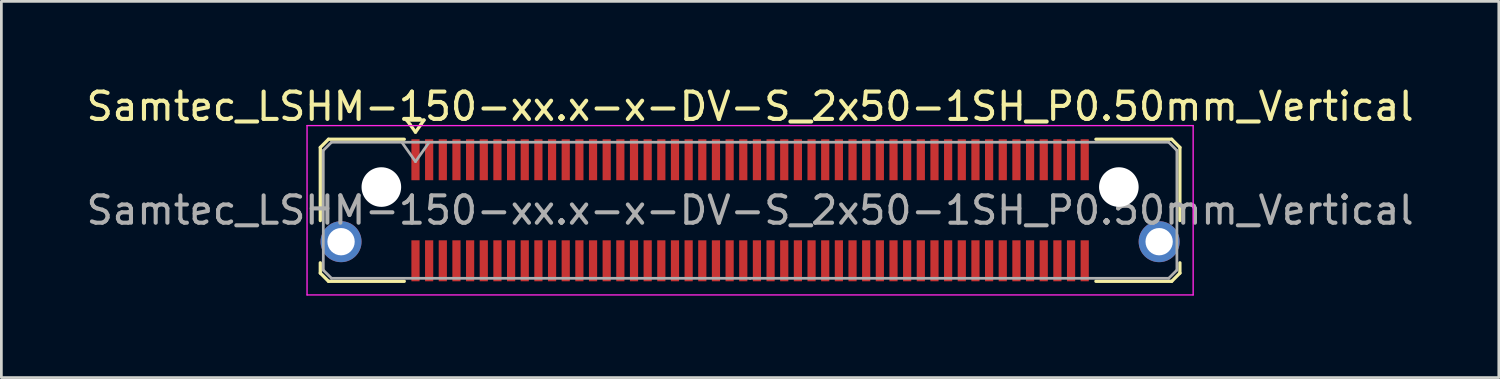
<source format=kicad_pcb>
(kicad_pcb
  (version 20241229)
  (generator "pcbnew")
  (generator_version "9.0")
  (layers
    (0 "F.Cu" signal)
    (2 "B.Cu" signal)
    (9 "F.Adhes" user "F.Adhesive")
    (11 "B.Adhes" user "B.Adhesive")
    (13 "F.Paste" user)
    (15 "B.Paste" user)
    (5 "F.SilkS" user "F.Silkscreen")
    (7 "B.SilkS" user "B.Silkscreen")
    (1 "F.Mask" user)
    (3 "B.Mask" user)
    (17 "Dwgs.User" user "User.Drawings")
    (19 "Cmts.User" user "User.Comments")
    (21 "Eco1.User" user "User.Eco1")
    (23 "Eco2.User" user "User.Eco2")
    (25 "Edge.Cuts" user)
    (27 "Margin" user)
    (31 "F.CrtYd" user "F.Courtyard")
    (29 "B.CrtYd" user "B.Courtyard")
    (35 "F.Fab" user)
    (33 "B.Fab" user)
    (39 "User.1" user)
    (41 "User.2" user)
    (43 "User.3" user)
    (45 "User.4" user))
  (footprint "Samtec_LSHM-150-xx.x-x-DV-S_2x50-1SH_P0.50mm_Vertical"
    (layer "F.Cu")
    (at 24.411 4.648)
    (property "Reference" "Samtec_LSHM-150-xx.x-x-DV-S_2x50-1SH_P0.50mm_Vertical" (at 0 -3.8 0) (layer "F.SilkS") (effects (font (size 1 1) (thickness 0.15))))
    (attr smd)
    (fp_line (start -15.735 -2.3) (end -15.735 0.377) (stroke (width 0.12) (type solid)) (layer "F.SilkS"))
    (fp_line (start -15.735 1.923) (end -15.735 2.3) (stroke (width 0.12) (type solid)) (layer "F.SilkS"))
    (fp_line (start -15.735 2.3) (end -15.435 2.6) (stroke (width 0.12) (type solid)) (layer "F.SilkS"))
    (fp_line (start -15.435 -2.6) (end -15.735 -2.3) (stroke (width 0.12) (type solid)) (layer "F.SilkS"))
    (fp_line (start -15.435 2.6) (end -12.66 2.6) (stroke (width 0.12) (type solid)) (layer "F.SilkS"))
    (fp_line (start -12.66 -2.6) (end -15.435 -2.6) (stroke (width 0.12) (type solid)) (layer "F.SilkS"))
    (fp_line (start -12.573 -3.302) (end -11.938 -3.302) (stroke (width 0.12) (type solid)) (layer "F.SilkS"))
    (fp_line (start -12.45 -3.143) (end -12.573 -3.302) (stroke (width 0.12) (type solid)) (layer "F.SilkS"))
    (fp_line (start -12.25 -2.86) (end -12.45 -3.143) (stroke (width 0.12) (type solid)) (layer "F.SilkS"))
    (fp_line (start -12.05 -3.143) (end -12.25 -2.86) (stroke (width 0.12) (type solid)) (layer "F.SilkS"))
    (fp_line (start -11.938 -3.302) (end -12.05 -3.143) (stroke (width 0.12) (type solid)) (layer "F.SilkS"))
    (fp_line (start 12.66 -2.6) (end 15.435 -2.6) (stroke (width 0.12) (type solid)) (layer "F.SilkS"))
    (fp_line (start 15.435 -2.6) (end 15.735 -2.3) (stroke (width 0.12) (type solid)) (layer "F.SilkS"))
    (fp_line (start 15.435 2.6) (end 12.66 2.6) (stroke (width 0.12) (type solid)) (layer "F.SilkS"))
    (fp_line (start 15.735 -2.3) (end 15.735 0.377) (stroke (width 0.12) (type solid)) (layer "F.SilkS"))
    (fp_line (start 15.735 1.923) (end 15.735 2.3) (stroke (width 0.12) (type solid)) (layer "F.SilkS"))
    (fp_line (start 15.735 2.3) (end 15.435 2.6) (stroke (width 0.12) (type solid)) (layer "F.SilkS"))
    (fp_line (start -16.22 -3.1) (end -16.22 3.1) (stroke (width 0.05) (type solid)) (layer "F.CrtYd"))
    (fp_line (start -16.22 3.1) (end 16.22 3.1) (stroke (width 0.05) (type solid)) (layer "F.CrtYd"))
    (fp_line (start 16.22 -3.1) (end -16.22 -3.1) (stroke (width 0.05) (type solid)) (layer "F.CrtYd"))
    (fp_line (start 16.22 3.1) (end 16.22 -3.1) (stroke (width 0.05) (type solid)) (layer "F.CrtYd"))
    (fp_line (start -15.625 -2.19) (end -15.625 2.19) (stroke (width 0.1) (type solid)) (layer "F.Fab"))
    (fp_line (start -15.625 2.19) (end -15.325 2.49) (stroke (width 0.1) (type solid)) (layer "F.Fab"))
    (fp_line (start -15.325 -2.49) (end -15.625 -2.19) (stroke (width 0.1) (type solid)) (layer "F.Fab"))
    (fp_line (start -15.325 2.49) (end 0 2.49) (stroke (width 0.1) (type solid)) (layer "F.Fab"))
    (fp_line (start -12.75 -2.49) (end -12.25 -1.783) (stroke (width 0.1) (type solid)) (layer "F.Fab"))
    (fp_line (start -12.25 -1.783) (end -11.75 -2.49) (stroke (width 0.1) (type solid)) (layer "F.Fab"))
    (fp_line (start 0 -2.49) (end -15.325 -2.49) (stroke (width 0.1) (type solid)) (layer "F.Fab"))
    (fp_line (start 0 -2.49) (end 15.325 -2.49) (stroke (width 0.1) (type solid)) (layer "F.Fab"))
    (fp_line (start 15.325 -2.49) (end 15.625 -2.19) (stroke (width 0.1) (type solid)) (layer "F.Fab"))
    (fp_line (start 15.325 2.49) (end 0 2.49) (stroke (width 0.1) (type solid)) (layer "F.Fab"))
    (fp_line (start 15.625 -2.19) (end 15.625 2.19) (stroke (width 0.1) (type solid)) (layer "F.Fab"))
    (fp_line (start 15.625 2.19) (end 15.325 2.49) (stroke (width 0.1) (type solid)) (layer "F.Fab"))
    (fp_text user "${REFERENCE}" (at 0 0 0) (layer "F.Fab") (effects (font (size 1 1) (thickness 0.15))))
    (pad "" np_thru_hole circle (at -13.5 -0.85) (size 1.45 1.45) (drill 1.45) (layers "*.Cu" "*.Mask"))
    (pad "" np_thru_hole circle (at 13.5 -0.85) (size 1.45 1.45) (drill 1.45) (layers "*.Cu" "*.Mask"))
    (pad "1" smd rect (at -12.25 -1.85) (size 0.3 1.5) (layers "F.Cu" "F.Mask" "F.Paste"))
    (pad "2" smd rect (at -12.25 1.85) (size 0.3 1.5) (layers "F.Cu" "F.Mask" "F.Paste"))
    (pad "3" smd rect (at -11.75 -1.85) (size 0.3 1.5) (layers "F.Cu" "F.Mask" "F.Paste"))
    (pad "4" smd rect (at -11.75 1.85) (size 0.3 1.5) (layers "F.Cu" "F.Mask" "F.Paste"))
    (pad "5" smd rect (at -11.25 -1.85) (size 0.3 1.5) (layers "F.Cu" "F.Mask" "F.Paste"))
    (pad "6" smd rect (at -11.25 1.85) (size 0.3 1.5) (layers "F.Cu" "F.Mask" "F.Paste"))
    (pad "7" smd rect (at -10.75 -1.85) (size 0.3 1.5) (layers "F.Cu" "F.Mask" "F.Paste"))
    (pad "8" smd rect (at -10.75 1.85) (size 0.3 1.5) (layers "F.Cu" "F.Mask" "F.Paste"))
    (pad "9" smd rect (at -10.25 -1.85) (size 0.3 1.5) (layers "F.Cu" "F.Mask" "F.Paste"))
    (pad "10" smd rect (at -10.25 1.85) (size 0.3 1.5) (layers "F.Cu" "F.Mask" "F.Paste"))
    (pad "11" smd rect (at -9.75 -1.85) (size 0.3 1.5) (layers "F.Cu" "F.Mask" "F.Paste"))
    (pad "12" smd rect (at -9.75 1.85) (size 0.3 1.5) (layers "F.Cu" "F.Mask" "F.Paste"))
    (pad "13" smd rect (at -9.25 -1.85) (size 0.3 1.5) (layers "F.Cu" "F.Mask" "F.Paste"))
    (pad "14" smd rect (at -9.25 1.85) (size 0.3 1.5) (layers "F.Cu" "F.Mask" "F.Paste"))
    (pad "15" smd rect (at -8.75 -1.85) (size 0.3 1.5) (layers "F.Cu" "F.Mask" "F.Paste"))
    (pad "16" smd rect (at -8.75 1.85) (size 0.3 1.5) (layers "F.Cu" "F.Mask" "F.Paste"))
    (pad "17" smd rect (at -8.25 -1.85) (size 0.3 1.5) (layers "F.Cu" "F.Mask" "F.Paste"))
    (pad "18" smd rect (at -8.25 1.85) (size 0.3 1.5) (layers "F.Cu" "F.Mask" "F.Paste"))
    (pad "19" smd rect (at -7.75 -1.85) (size 0.3 1.5) (layers "F.Cu" "F.Mask" "F.Paste"))
    (pad "20" smd rect (at -7.75 1.85) (size 0.3 1.5) (layers "F.Cu" "F.Mask" "F.Paste"))
    (pad "21" smd rect (at -7.25 -1.85) (size 0.3 1.5) (layers "F.Cu" "F.Mask" "F.Paste"))
    (pad "22" smd rect (at -7.25 1.85) (size 0.3 1.5) (layers "F.Cu" "F.Mask" "F.Paste"))
    (pad "23" smd rect (at -6.75 -1.85) (size 0.3 1.5) (layers "F.Cu" "F.Mask" "F.Paste"))
    (pad "24" smd rect (at -6.75 1.85) (size 0.3 1.5) (layers "F.Cu" "F.Mask" "F.Paste"))
    (pad "25" smd rect (at -6.25 -1.85) (size 0.3 1.5) (layers "F.Cu" "F.Mask" "F.Paste"))
    (pad "26" smd rect (at -6.25 1.85) (size 0.3 1.5) (layers "F.Cu" "F.Mask" "F.Paste"))
    (pad "27" smd rect (at -5.75 -1.85) (size 0.3 1.5) (layers "F.Cu" "F.Mask" "F.Paste"))
    (pad "28" smd rect (at -5.75 1.85) (size 0.3 1.5) (layers "F.Cu" "F.Mask" "F.Paste"))
    (pad "29" smd rect (at -5.25 -1.85) (size 0.3 1.5) (layers "F.Cu" "F.Mask" "F.Paste"))
    (pad "30" smd rect (at -5.25 1.85) (size 0.3 1.5) (layers "F.Cu" "F.Mask" "F.Paste"))
    (pad "31" smd rect (at -4.75 -1.85) (size 0.3 1.5) (layers "F.Cu" "F.Mask" "F.Paste"))
    (pad "32" smd rect (at -4.75 1.85) (size 0.3 1.5) (layers "F.Cu" "F.Mask" "F.Paste"))
    (pad "33" smd rect (at -4.25 -1.85) (size 0.3 1.5) (layers "F.Cu" "F.Mask" "F.Paste"))
    (pad "34" smd rect (at -4.25 1.85) (size 0.3 1.5) (layers "F.Cu" "F.Mask" "F.Paste"))
    (pad "35" smd rect (at -3.75 -1.85) (size 0.3 1.5) (layers "F.Cu" "F.Mask" "F.Paste"))
    (pad "36" smd rect (at -3.75 1.85) (size 0.3 1.5) (layers "F.Cu" "F.Mask" "F.Paste"))
    (pad "37" smd rect (at -3.25 -1.85) (size 0.3 1.5) (layers "F.Cu" "F.Mask" "F.Paste"))
    (pad "38" smd rect (at -3.25 1.85) (size 0.3 1.5) (layers "F.Cu" "F.Mask" "F.Paste"))
    (pad "39" smd rect (at -2.75 -1.85) (size 0.3 1.5) (layers "F.Cu" "F.Mask" "F.Paste"))
    (pad "40" smd rect (at -2.75 1.85) (size 0.3 1.5) (layers "F.Cu" "F.Mask" "F.Paste"))
    (pad "41" smd rect (at -2.25 -1.85) (size 0.3 1.5) (layers "F.Cu" "F.Mask" "F.Paste"))
    (pad "42" smd rect (at -2.25 1.85) (size 0.3 1.5) (layers "F.Cu" "F.Mask" "F.Paste"))
    (pad "43" smd rect (at -1.75 -1.85) (size 0.3 1.5) (layers "F.Cu" "F.Mask" "F.Paste"))
    (pad "44" smd rect (at -1.75 1.85) (size 0.3 1.5) (layers "F.Cu" "F.Mask" "F.Paste"))
    (pad "45" smd rect (at -1.25 -1.85) (size 0.3 1.5) (layers "F.Cu" "F.Mask" "F.Paste"))
    (pad "46" smd rect (at -1.25 1.85) (size 0.3 1.5) (layers "F.Cu" "F.Mask" "F.Paste"))
    (pad "47" smd rect (at -0.75 -1.85) (size 0.3 1.5) (layers "F.Cu" "F.Mask" "F.Paste"))
    (pad "48" smd rect (at -0.75 1.85) (size 0.3 1.5) (layers "F.Cu" "F.Mask" "F.Paste"))
    (pad "49" smd rect (at -0.25 -1.85) (size 0.3 1.5) (layers "F.Cu" "F.Mask" "F.Paste"))
    (pad "50" smd rect (at -0.25 1.85) (size 0.3 1.5) (layers "F.Cu" "F.Mask" "F.Paste"))
    (pad "51" smd rect (at 0.25 -1.85) (size 0.3 1.5) (layers "F.Cu" "F.Mask" "F.Paste"))
    (pad "52" smd rect (at 0.25 1.85) (size 0.3 1.5) (layers "F.Cu" "F.Mask" "F.Paste"))
    (pad "53" smd rect (at 0.75 -1.85) (size 0.3 1.5) (layers "F.Cu" "F.Mask" "F.Paste"))
    (pad "54" smd rect (at 0.75 1.85) (size 0.3 1.5) (layers "F.Cu" "F.Mask" "F.Paste"))
    (pad "55" smd rect (at 1.25 -1.85) (size 0.3 1.5) (layers "F.Cu" "F.Mask" "F.Paste"))
    (pad "56" smd rect (at 1.25 1.85) (size 0.3 1.5) (layers "F.Cu" "F.Mask" "F.Paste"))
    (pad "57" smd rect (at 1.75 -1.85) (size 0.3 1.5) (layers "F.Cu" "F.Mask" "F.Paste"))
    (pad "58" smd rect (at 1.75 1.85) (size 0.3 1.5) (layers "F.Cu" "F.Mask" "F.Paste"))
    (pad "59" smd rect (at 2.25 -1.85) (size 0.3 1.5) (layers "F.Cu" "F.Mask" "F.Paste"))
    (pad "60" smd rect (at 2.25 1.85) (size 0.3 1.5) (layers "F.Cu" "F.Mask" "F.Paste"))
    (pad "61" smd rect (at 2.75 -1.85) (size 0.3 1.5) (layers "F.Cu" "F.Mask" "F.Paste"))
    (pad "62" smd rect (at 2.75 1.85) (size 0.3 1.5) (layers "F.Cu" "F.Mask" "F.Paste"))
    (pad "63" smd rect (at 3.25 -1.85) (size 0.3 1.5) (layers "F.Cu" "F.Mask" "F.Paste"))
    (pad "64" smd rect (at 3.25 1.85) (size 0.3 1.5) (layers "F.Cu" "F.Mask" "F.Paste"))
    (pad "65" smd rect (at 3.75 -1.85) (size 0.3 1.5) (layers "F.Cu" "F.Mask" "F.Paste"))
    (pad "66" smd rect (at 3.75 1.85) (size 0.3 1.5) (layers "F.Cu" "F.Mask" "F.Paste"))
    (pad "67" smd rect (at 4.25 -1.85) (size 0.3 1.5) (layers "F.Cu" "F.Mask" "F.Paste"))
    (pad "68" smd rect (at 4.25 1.85) (size 0.3 1.5) (layers "F.Cu" "F.Mask" "F.Paste"))
    (pad "69" smd rect (at 4.75 -1.85) (size 0.3 1.5) (layers "F.Cu" "F.Mask" "F.Paste"))
    (pad "70" smd rect (at 4.75 1.85) (size 0.3 1.5) (layers "F.Cu" "F.Mask" "F.Paste"))
    (pad "71" smd rect (at 5.25 -1.85) (size 0.3 1.5) (layers "F.Cu" "F.Mask" "F.Paste"))
    (pad "72" smd rect (at 5.25 1.85) (size 0.3 1.5) (layers "F.Cu" "F.Mask" "F.Paste"))
    (pad "73" smd rect (at 5.75 -1.85) (size 0.3 1.5) (layers "F.Cu" "F.Mask" "F.Paste"))
    (pad "74" smd rect (at 5.75 1.85) (size 0.3 1.5) (layers "F.Cu" "F.Mask" "F.Paste"))
    (pad "75" smd rect (at 6.25 -1.85) (size 0.3 1.5) (layers "F.Cu" "F.Mask" "F.Paste"))
    (pad "76" smd rect (at 6.25 1.85) (size 0.3 1.5) (layers "F.Cu" "F.Mask" "F.Paste"))
    (pad "77" smd rect (at 6.75 -1.85) (size 0.3 1.5) (layers "F.Cu" "F.Mask" "F.Paste"))
    (pad "78" smd rect (at 6.75 1.85) (size 0.3 1.5) (layers "F.Cu" "F.Mask" "F.Paste"))
    (pad "79" smd rect (at 7.25 -1.85) (size 0.3 1.5) (layers "F.Cu" "F.Mask" "F.Paste"))
    (pad "80" smd rect (at 7.25 1.85) (size 0.3 1.5) (layers "F.Cu" "F.Mask" "F.Paste"))
    (pad "81" smd rect (at 7.75 -1.85) (size 0.3 1.5) (layers "F.Cu" "F.Mask" "F.Paste"))
    (pad "82" smd rect (at 7.75 1.85) (size 0.3 1.5) (layers "F.Cu" "F.Mask" "F.Paste"))
    (pad "83" smd rect (at 8.25 -1.85) (size 0.3 1.5) (layers "F.Cu" "F.Mask" "F.Paste"))
    (pad "84" smd rect (at 8.25 1.85) (size 0.3 1.5) (layers "F.Cu" "F.Mask" "F.Paste"))
    (pad "85" smd rect (at 8.75 -1.85) (size 0.3 1.5) (layers "F.Cu" "F.Mask" "F.Paste"))
    (pad "86" smd rect (at 8.75 1.85) (size 0.3 1.5) (layers "F.Cu" "F.Mask" "F.Paste"))
    (pad "87" smd rect (at 9.25 -1.85) (size 0.3 1.5) (layers "F.Cu" "F.Mask" "F.Paste"))
    (pad "88" smd rect (at 9.25 1.85) (size 0.3 1.5) (layers "F.Cu" "F.Mask" "F.Paste"))
    (pad "89" smd rect (at 9.75 -1.85) (size 0.3 1.5) (layers "F.Cu" "F.Mask" "F.Paste"))
    (pad "90" smd rect (at 9.75 1.85) (size 0.3 1.5) (layers "F.Cu" "F.Mask" "F.Paste"))
    (pad "91" smd rect (at 10.25 -1.85) (size 0.3 1.5) (layers "F.Cu" "F.Mask" "F.Paste"))
    (pad "92" smd rect (at 10.25 1.85) (size 0.3 1.5) (layers "F.Cu" "F.Mask" "F.Paste"))
    (pad "93" smd rect (at 10.75 -1.85) (size 0.3 1.5) (layers "F.Cu" "F.Mask" "F.Paste"))
    (pad "94" smd rect (at 10.75 1.85) (size 0.3 1.5) (layers "F.Cu" "F.Mask" "F.Paste"))
    (pad "95" smd rect (at 11.25 -1.85) (size 0.3 1.5) (layers "F.Cu" "F.Mask" "F.Paste"))
    (pad "96" smd rect (at 11.25 1.85) (size 0.3 1.5) (layers "F.Cu" "F.Mask" "F.Paste"))
    (pad "97" smd rect (at 11.75 -1.85) (size 0.3 1.5) (layers "F.Cu" "F.Mask" "F.Paste"))
    (pad "98" smd rect (at 11.75 1.85) (size 0.3 1.5) (layers "F.Cu" "F.Mask" "F.Paste"))
    (pad "99" smd rect (at 12.25 -1.85) (size 0.3 1.5) (layers "F.Cu" "F.Mask" "F.Paste"))
    (pad "100" smd rect (at 12.25 1.85) (size 0.3 1.5) (layers "F.Cu" "F.Mask" "F.Paste"))
    (pad "SH" thru_hole circle (at -14.975 1.15) (size 1.5 1.5) (drill 1) (layers "*.Cu" "*.Mask"))
    (pad "SH" thru_hole circle (at 14.975 1.15) (size 1.5 1.5) (drill 1) (layers "*.Cu" "*.Mask")))
  (gr_rect
    (start -3 -3)
    (end 51.821 10.773)
    (stroke (width 0.1) (type default))
    (fill no)
    (layer "Edge.Cuts")))
</source>
